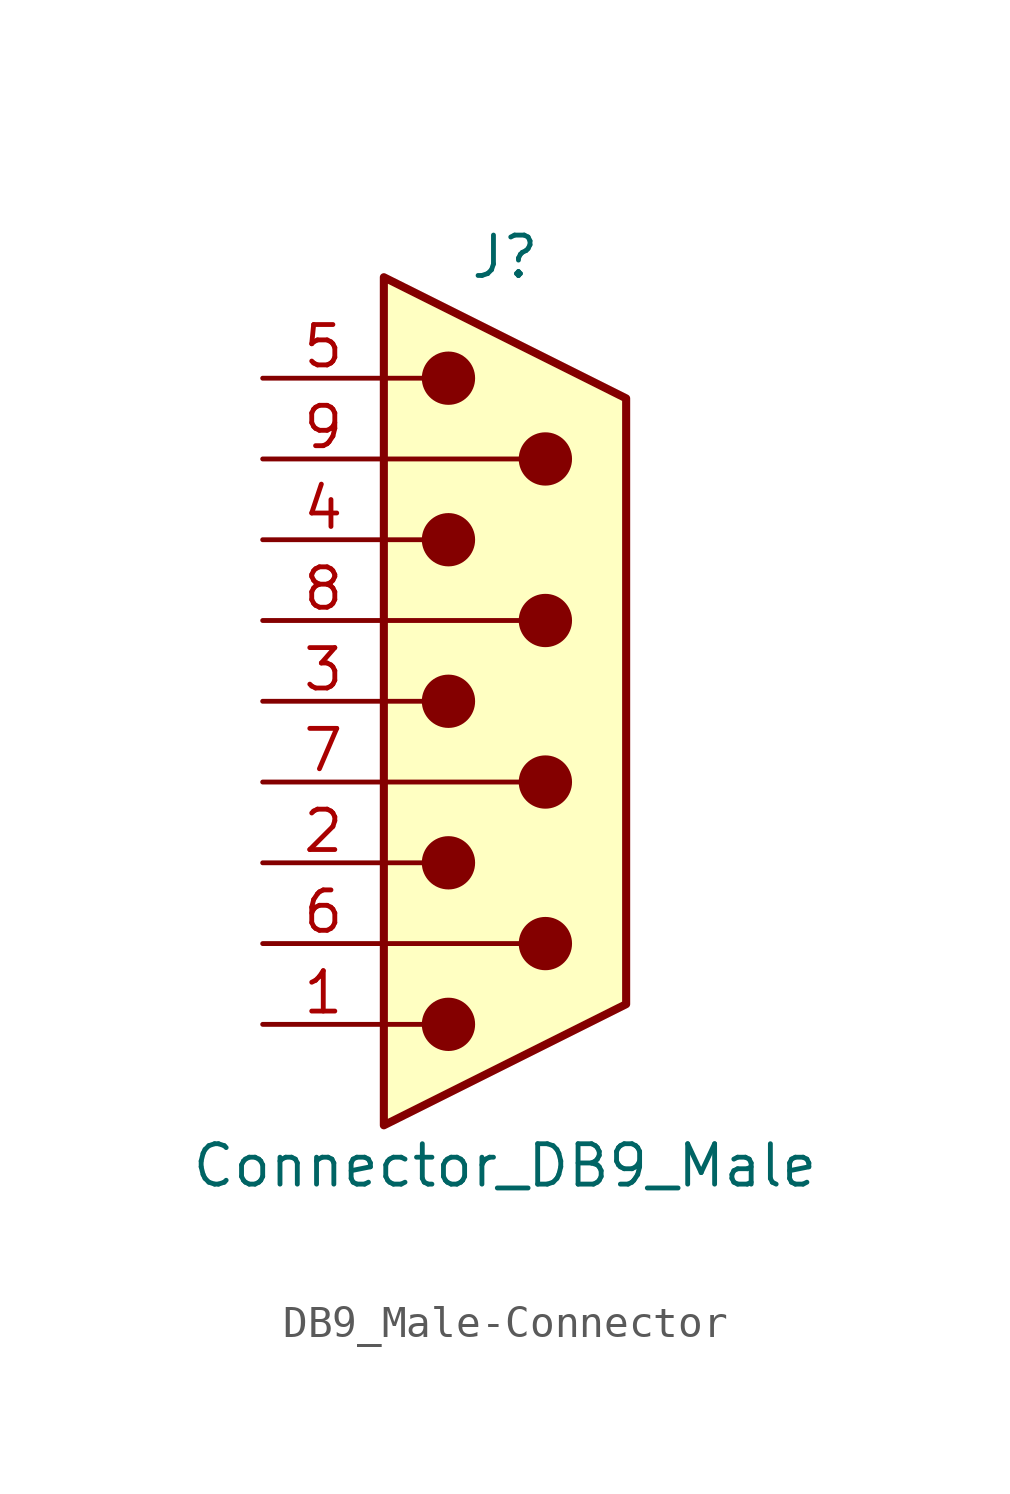
<source format=kicad_sym>
(kicad_symbol_lib
  (version 20231120)
  (generator "kicad_symbol_editor")
  (generator_version "8.0")
  (symbol "DB9_Male-Connector"
    (pin_names
      (offset 1.016) hide)
    (property "Reference" "J"
      (at 0 13.97 0)
      (effects (font (size 1.27 1.27))))
    (property "Value" "Connector_DB9_Male"
      (at 0 -14.605 0)
      (effects (font (size 1.27 1.27))))
    (symbol "DB9_Male-Connector_0_1"
      (circle (center -1.778 -10.16) (radius 0.762) (stroke (width 0) (type solid)) (fill (type outline)))
      (circle (center -1.778 -5.08) (radius 0.762) (stroke (width 0) (type solid)) (fill (type outline)))
      (circle (center -1.778 0) (radius 0.762) (stroke (width 0) (type solid)) (fill (type outline)))
      (circle (center -1.778 5.08) (radius 0.762) (stroke (width 0) (type solid)) (fill (type outline)))
      (circle (center -1.778 10.16) (radius 0.762) (stroke (width 0) (type solid)) (fill (type outline)))
      (polyline (pts (xy -3.81 -10.16) (xy -2.54 -10.16)) (stroke (width 0) (type solid)) (fill (type none)))
      (polyline (pts (xy -3.81 -7.62) (xy 0.508 -7.62)) (stroke (width 0) (type solid)) (fill (type none)))
      (polyline (pts (xy -3.81 -5.08) (xy -2.54 -5.08)) (stroke (width 0) (type solid)) (fill (type none)))
      (polyline (pts (xy -3.81 -2.54) (xy 0.508 -2.54)) (stroke (width 0) (type solid)) (fill (type none)))
      (polyline (pts (xy -3.81 0) (xy -2.54 0)) (stroke (width 0) (type solid)) (fill (type none)))
      (polyline (pts (xy -3.81 2.54) (xy 0.508 2.54)) (stroke (width 0) (type solid)) (fill (type none)))
      (polyline (pts (xy -3.81 5.08) (xy -2.54 5.08)) (stroke (width 0) (type solid)) (fill (type none)))
      (polyline (pts (xy -3.81 7.62) (xy 0.508 7.62)) (stroke (width 0) (type solid)) (fill (type none)))
      (polyline (pts (xy -3.81 10.16) (xy -2.54 10.16)) (stroke (width 0) (type solid)) (fill (type none)))
      (polyline (pts (xy -3.81 -13.335) (xy -3.81 13.335) (xy 3.81 9.525) (xy 3.81 -9.525) (xy -3.81 -13.335)) (stroke (width 0.254) (type solid)) (fill (type background)))
      (circle (center 1.27 -7.62) (radius 0.762) (stroke (width 0) (type solid)) (fill (type outline)))
      (circle (center 1.27 -2.54) (radius 0.762) (stroke (width 0) (type solid)) (fill (type outline)))
      (circle (center 1.27 2.54) (radius 0.762) (stroke (width 0) (type solid)) (fill (type outline)))
      (circle (center 1.27 7.62) (radius 0.762) (stroke (width 0) (type solid)) (fill (type outline))))
    (symbol "DB9_Male-Connector_1_1"
      (pin passive line (at -7.62 -10.16 0) (length 3.81) (name "1" (effects (font (size 1.27 1.27)))) (number "1" (effects (font (size 1.27 1.27)))))
      (pin passive line (at -7.62 -5.08 0) (length 3.81) (name "2" (effects (font (size 1.27 1.27)))) (number "2" (effects (font (size 1.27 1.27)))))
      (pin passive line (at -7.62 0 0) (length 3.81) (name "3" (effects (font (size 1.27 1.27)))) (number "3" (effects (font (size 1.27 1.27)))))
      (pin passive line (at -7.62 5.08 0) (length 3.81) (name "4" (effects (font (size 1.27 1.27)))) (number "4" (effects (font (size 1.27 1.27)))))
      (pin passive line (at -7.62 10.16 0) (length 3.81) (name "5" (effects (font (size 1.27 1.27)))) (number "5" (effects (font (size 1.27 1.27)))))
      (pin passive line (at -7.62 -7.62 0) (length 3.81) (name "6" (effects (font (size 1.27 1.27)))) (number "6" (effects (font (size 1.27 1.27)))))
      (pin passive line (at -7.62 -2.54 0) (length 3.81) (name "7" (effects (font (size 1.27 1.27)))) (number "7" (effects (font (size 1.27 1.27)))))
      (pin passive line (at -7.62 2.54 0) (length 3.81) (name "8" (effects (font (size 1.27 1.27)))) (number "8" (effects (font (size 1.27 1.27)))))
      (pin passive line (at -7.62 7.62 0) (length 3.81) (name "9" (effects (font (size 1.27 1.27)))) (number "9" (effects (font (size 1.27 1.27))))))))
</source>
